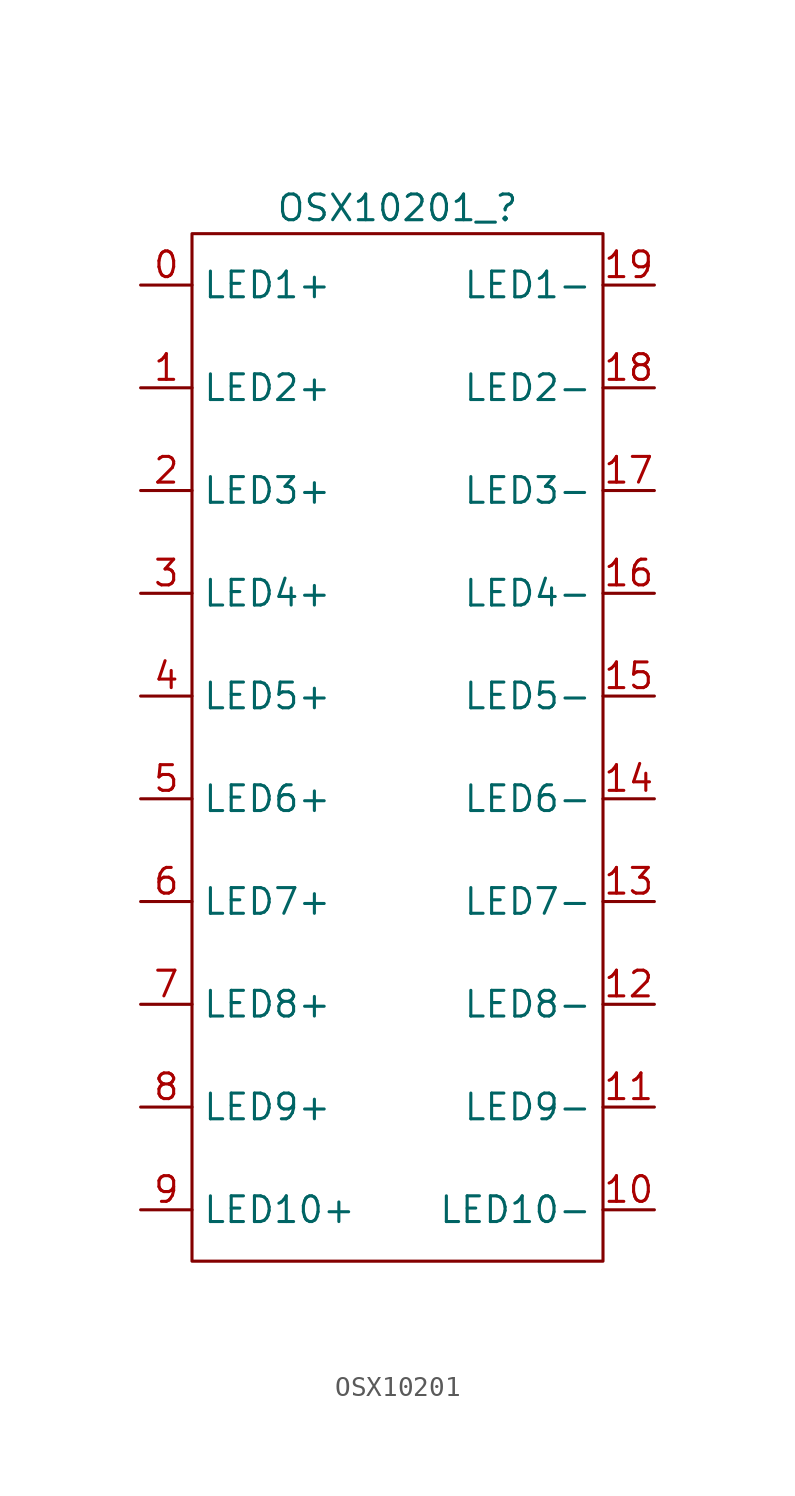
<source format=kicad_sym>
(kicad_symbol_lib
  (version 20220914)
  (generator kicad_symbol_editor)
  (symbol "OSX10201"
    (property "Reference" "OSX10201_"
      (at 0 26.67 0)
      (effects (font (size 1.27 1.27))))
    (property "Value" ""
      (at -10.16 -10.16 0)
      (effects (font (size 1.27 1.27))))
    (symbol "OSX10201_0_1"
      (rectangle (start -10.16 25.4) (end 10.16 -25.4) (stroke (width 0) (type default)) (fill (type none))))
    (symbol "OSX10201_1_1"
      (pin input line (at -12.7 22.86 0) (length 2.54) (name "LED1+" (effects (font (size 1.27 1.27)))) (number "0" (effects (font (size 1.27 1.27)))))
      (pin input line (at -12.7 17.78 0) (length 2.54) (name "LED2+" (effects (font (size 1.27 1.27)))) (number "1" (effects (font (size 1.27 1.27)))))
      (pin output line (at 12.7 -22.86 180) (length 2.54) (name "LED10-" (effects (font (size 1.27 1.27)))) (number "10" (effects (font (size 1.27 1.27)))))
      (pin output line (at 12.7 -17.78 180) (length 2.54) (name "LED9-" (effects (font (size 1.27 1.27)))) (number "11" (effects (font (size 1.27 1.27)))))
      (pin output line (at 12.7 -12.7 180) (length 2.54) (name "LED8-" (effects (font (size 1.27 1.27)))) (number "12" (effects (font (size 1.27 1.27)))))
      (pin output line (at 12.7 -7.62 180) (length 2.54) (name "LED7-" (effects (font (size 1.27 1.27)))) (number "13" (effects (font (size 1.27 1.27)))))
      (pin output line (at 12.7 -2.54 180) (length 2.54) (name "LED6-" (effects (font (size 1.27 1.27)))) (number "14" (effects (font (size 1.27 1.27)))))
      (pin output line (at 12.7 2.54 180) (length 2.54) (name "LED5-" (effects (font (size 1.27 1.27)))) (number "15" (effects (font (size 1.27 1.27)))))
      (pin output line (at 12.7 7.62 180) (length 2.54) (name "LED4-" (effects (font (size 1.27 1.27)))) (number "16" (effects (font (size 1.27 1.27)))))
      (pin output line (at 12.7 12.7 180) (length 2.54) (name "LED3-" (effects (font (size 1.27 1.27)))) (number "17" (effects (font (size 1.27 1.27)))))
      (pin output line (at 12.7 17.78 180) (length 2.54) (name "LED2-" (effects (font (size 1.27 1.27)))) (number "18" (effects (font (size 1.27 1.27)))))
      (pin output line (at 12.7 22.86 180) (length 2.54) (name "LED1-" (effects (font (size 1.27 1.27)))) (number "19" (effects (font (size 1.27 1.27)))))
      (pin input line (at -12.7 12.7 0) (length 2.54) (name "LED3+" (effects (font (size 1.27 1.27)))) (number "2" (effects (font (size 1.27 1.27)))))
      (pin input line (at -12.7 7.62 0) (length 2.54) (name "LED4+" (effects (font (size 1.27 1.27)))) (number "3" (effects (font (size 1.27 1.27)))))
      (pin input line (at -12.7 2.54 0) (length 2.54) (name "LED5+" (effects (font (size 1.27 1.27)))) (number "4" (effects (font (size 1.27 1.27)))))
      (pin input line (at -12.7 -2.54 0) (length 2.54) (name "LED6+" (effects (font (size 1.27 1.27)))) (number "5" (effects (font (size 1.27 1.27)))))
      (pin input line (at -12.7 -7.62 0) (length 2.54) (name "LED7+" (effects (font (size 1.27 1.27)))) (number "6" (effects (font (size 1.27 1.27)))))
      (pin input line (at -12.7 -12.7 0) (length 2.54) (name "LED8+" (effects (font (size 1.27 1.27)))) (number "7" (effects (font (size 1.27 1.27)))))
      (pin input line (at -12.7 -17.78 0) (length 2.54) (name "LED9+" (effects (font (size 1.27 1.27)))) (number "8" (effects (font (size 1.27 1.27)))))
      (pin input line (at -12.7 -22.86 0) (length 2.54) (name "LED10+" (effects (font (size 1.27 1.27)))) (number "9" (effects (font (size 1.27 1.27))))))))
</source>
